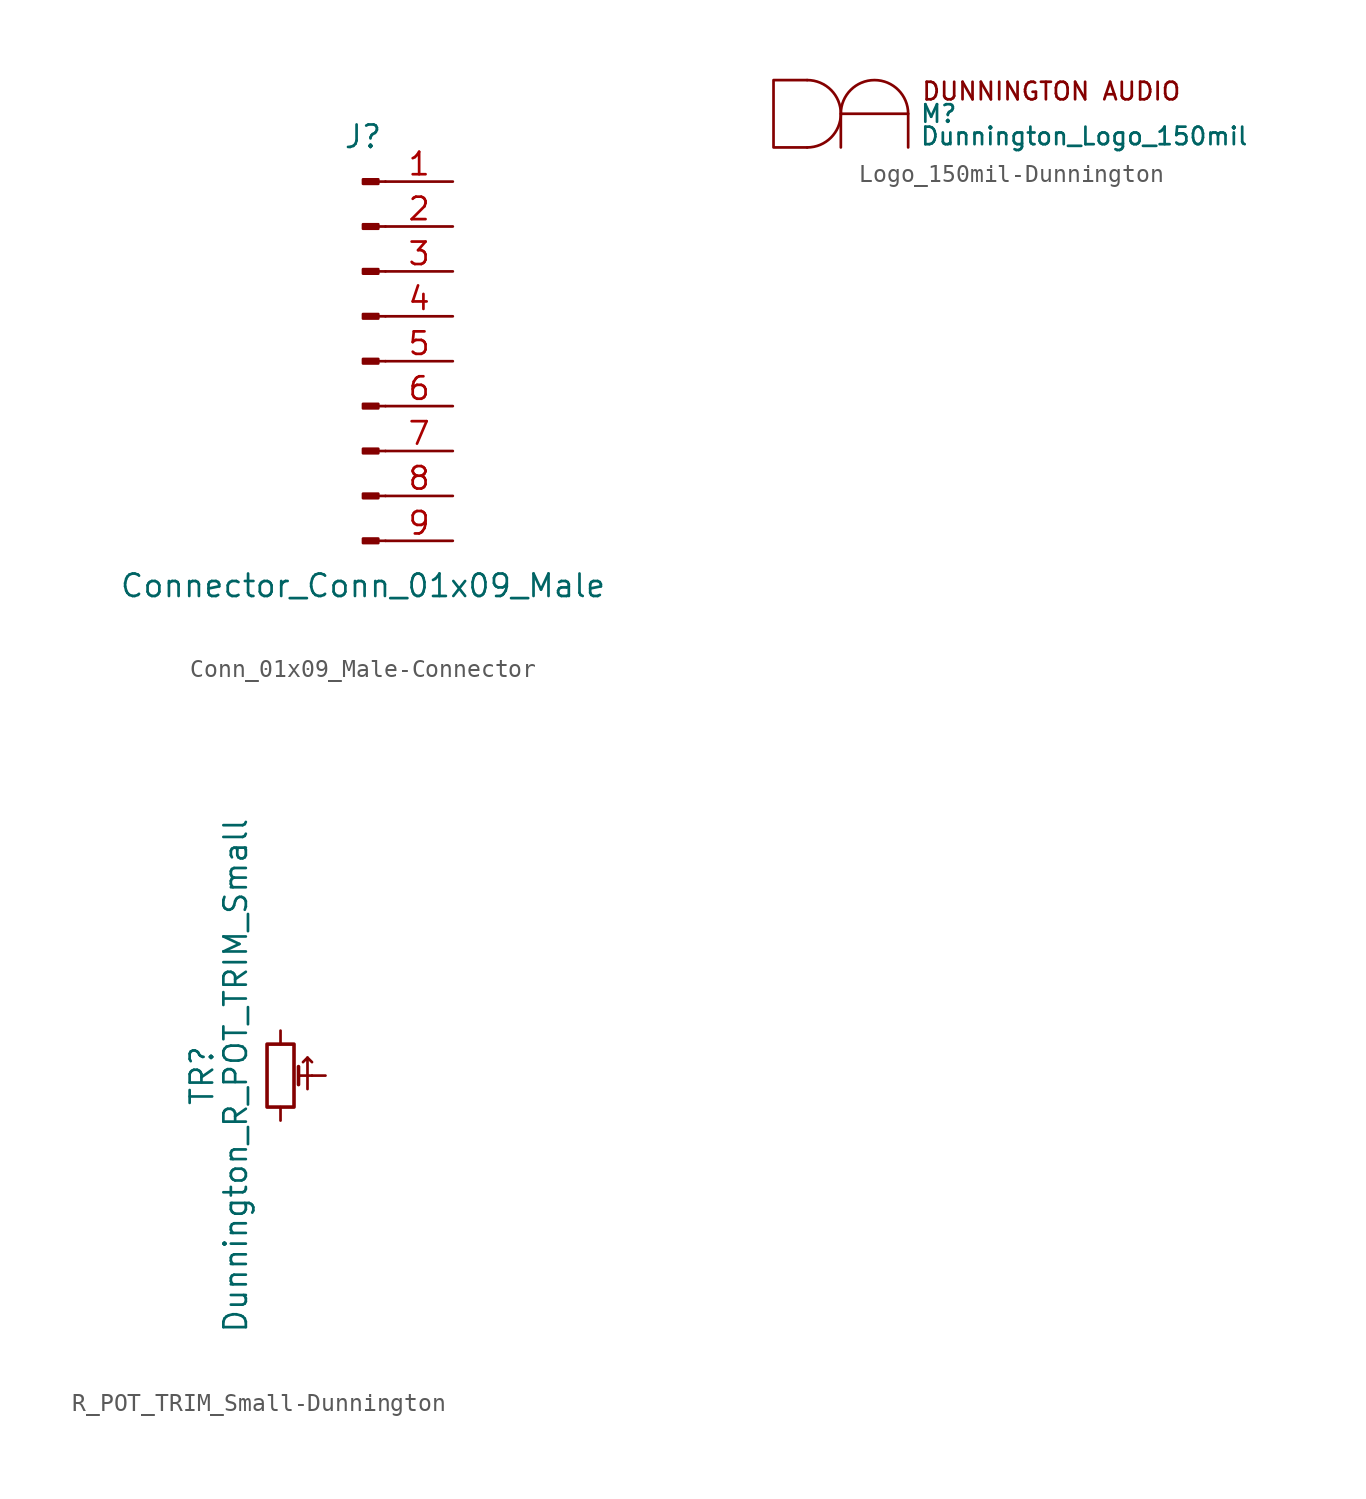
<source format=kicad_sym>
(kicad_symbol_lib
  (version 20220914)
  (generator kicad_symbol_editor)
  (symbol "Conn_01x09_Male-Connector"
    (pin_names
      (offset 1.016) hide)
    (property "Reference" "J"
      (at 0 12.7 0)
      (effects (font (size 1.27 1.27))))
    (property "Value" "Connector_Conn_01x09_Male"
      (at 0 -12.7 0)
      (effects (font (size 1.27 1.27))))
    (symbol "Conn_01x09_Male-Connector_1_1"
      (polyline (pts (xy 1.27 -10.16) (xy 0.864 -10.16)) (stroke (width 0.152) (type solid)) (fill (type none)))
      (polyline (pts (xy 1.27 -7.62) (xy 0.864 -7.62)) (stroke (width 0.152) (type solid)) (fill (type none)))
      (polyline (pts (xy 1.27 -5.08) (xy 0.864 -5.08)) (stroke (width 0.152) (type solid)) (fill (type none)))
      (polyline (pts (xy 1.27 -2.54) (xy 0.864 -2.54)) (stroke (width 0.152) (type solid)) (fill (type none)))
      (polyline (pts (xy 1.27 0) (xy 0.864 0)) (stroke (width 0.152) (type solid)) (fill (type none)))
      (polyline (pts (xy 1.27 2.54) (xy 0.864 2.54)) (stroke (width 0.152) (type solid)) (fill (type none)))
      (polyline (pts (xy 1.27 5.08) (xy 0.864 5.08)) (stroke (width 0.152) (type solid)) (fill (type none)))
      (polyline (pts (xy 1.27 7.62) (xy 0.864 7.62)) (stroke (width 0.152) (type solid)) (fill (type none)))
      (polyline (pts (xy 1.27 10.16) (xy 0.864 10.16)) (stroke (width 0.152) (type solid)) (fill (type none)))
      (rectangle (start 0.864 -10.033) (end 0 -10.287) (stroke (width 0.152) (type solid)) (fill (type outline)))
      (rectangle (start 0.864 -7.493) (end 0 -7.747) (stroke (width 0.152) (type solid)) (fill (type outline)))
      (rectangle (start 0.864 -4.953) (end 0 -5.207) (stroke (width 0.152) (type solid)) (fill (type outline)))
      (rectangle (start 0.864 -2.413) (end 0 -2.667) (stroke (width 0.152) (type solid)) (fill (type outline)))
      (rectangle (start 0.864 0.127) (end 0 -0.127) (stroke (width 0.152) (type solid)) (fill (type outline)))
      (rectangle (start 0.864 2.667) (end 0 2.413) (stroke (width 0.152) (type solid)) (fill (type outline)))
      (rectangle (start 0.864 5.207) (end 0 4.953) (stroke (width 0.152) (type solid)) (fill (type outline)))
      (rectangle (start 0.864 7.747) (end 0 7.493) (stroke (width 0.152) (type solid)) (fill (type outline)))
      (rectangle (start 0.864 10.287) (end 0 10.033) (stroke (width 0.152) (type solid)) (fill (type outline)))
      (pin passive line (at 5.08 10.16 180) (length 3.81) (name "Pin_1" (effects (font (size 1.27 1.27)))) (number "1" (effects (font (size 1.27 1.27)))))
      (pin passive line (at 5.08 7.62 180) (length 3.81) (name "Pin_2" (effects (font (size 1.27 1.27)))) (number "2" (effects (font (size 1.27 1.27)))))
      (pin passive line (at 5.08 5.08 180) (length 3.81) (name "Pin_3" (effects (font (size 1.27 1.27)))) (number "3" (effects (font (size 1.27 1.27)))))
      (pin passive line (at 5.08 2.54 180) (length 3.81) (name "Pin_4" (effects (font (size 1.27 1.27)))) (number "4" (effects (font (size 1.27 1.27)))))
      (pin passive line (at 5.08 0 180) (length 3.81) (name "Pin_5" (effects (font (size 1.27 1.27)))) (number "5" (effects (font (size 1.27 1.27)))))
      (pin passive line (at 5.08 -2.54 180) (length 3.81) (name "Pin_6" (effects (font (size 1.27 1.27)))) (number "6" (effects (font (size 1.27 1.27)))))
      (pin passive line (at 5.08 -5.08 180) (length 3.81) (name "Pin_7" (effects (font (size 1.27 1.27)))) (number "7" (effects (font (size 1.27 1.27)))))
      (pin passive line (at 5.08 -7.62 180) (length 3.81) (name "Pin_8" (effects (font (size 1.27 1.27)))) (number "8" (effects (font (size 1.27 1.27)))))
      (pin passive line (at 5.08 -10.16 180) (length 3.81) (name "Pin_9" (effects (font (size 1.27 1.27)))) (number "9" (effects (font (size 1.27 1.27)))))))
  (symbol "Logo_150mil-Dunnington"
    (pin_names
      (offset 1.016))
    (property "Reference" "M"
      (at 8.255 1.905 0)
      (effects (font (size 0.991 0.991)) (justify left)))
    (property "Value" "Dunnington_Logo_150mil"
      (at 8.255 0.635 0)
      (effects (font (size 0.991 0.991)) (justify left)))
    (symbol "Logo_150mil-Dunnington_0_0"
      (text "DUNNINGTON AUDIO" (at 8.331 3.175 0) (effects (font (size 0.991 0.991)) (justify left))))
    (symbol "Logo_150mil-Dunnington_0_1"
      (polyline (pts (xy 1.905 0) (xy 0 0) (xy 0 3.81) (xy 1.905 3.81)) (stroke (width 0) (type solid)) (fill (type none)))
      (polyline (pts (xy 3.81 0) (xy 3.81 1.905) (xy 7.62 1.905) (xy 7.62 0)) (stroke (width 0) (type solid)) (fill (type none)))
      (arc (start 1.905 0) (mid 3.8017 1.905) (end 1.905 3.81) (stroke (width 0) (type solid)) (fill (type none)))
      (arc (start 7.62 1.905) (mid 5.715 3.8017) (end 3.81 1.905) (stroke (width 0) (type solid)) (fill (type none)))))
  (symbol "R_POT_TRIM_Small-Dunnington"
    (pin_numbers hide)
    (pin_names
      (offset 1.016) hide)
    (property "Reference" "TR"
      (at -4.445 0 90)
      (effects (font (size 1.27 1.27))))
    (property "Value" "Dunnington_R_POT_TRIM_Small"
      (at -2.54 0 90)
      (effects (font (size 1.27 1.27))))
    (symbol "R_POT_TRIM_Small-Dunnington_0_1"
      (polyline (pts (xy 1.016 0) (xy 1.778 0)) (stroke (width 0.152) (type solid)) (fill (type none)))
      (polyline (pts (xy 1.016 0.508) (xy 1.016 -0.508)) (stroke (width 0.203) (type solid)) (fill (type none)))
      (polyline (pts (xy 1.524 1.016) (xy 1.778 0.762)) (stroke (width 0.152) (type solid)) (fill (type none)))
      (polyline (pts (xy 1.524 -0.762) (xy 1.524 1.016) (xy 1.27 0.762)) (stroke (width 0.152) (type solid)) (fill (type none))))
    (symbol "R_POT_TRIM_Small-Dunnington_1_1"
      (rectangle (start -0.762 1.778) (end 0.762 -1.778) (stroke (width 0.203) (type solid)) (fill (type none)))
      (pin passive line (at 0 -2.54 90) (length 0.762) (name "~" (effects (font (size 1.27 1.27)))) (number "1" (effects (font (size 1.27 1.27)))))
      (pin passive line (at 2.54 0 180) (length 0.762) (name "~" (effects (font (size 1.27 1.27)))) (number "2" (effects (font (size 1.27 1.27)))))
      (pin passive line (at 0 2.54 270) (length 0.762) (name "~" (effects (font (size 1.27 1.27)))) (number "3" (effects (font (size 1.27 1.27))))))))
</source>
